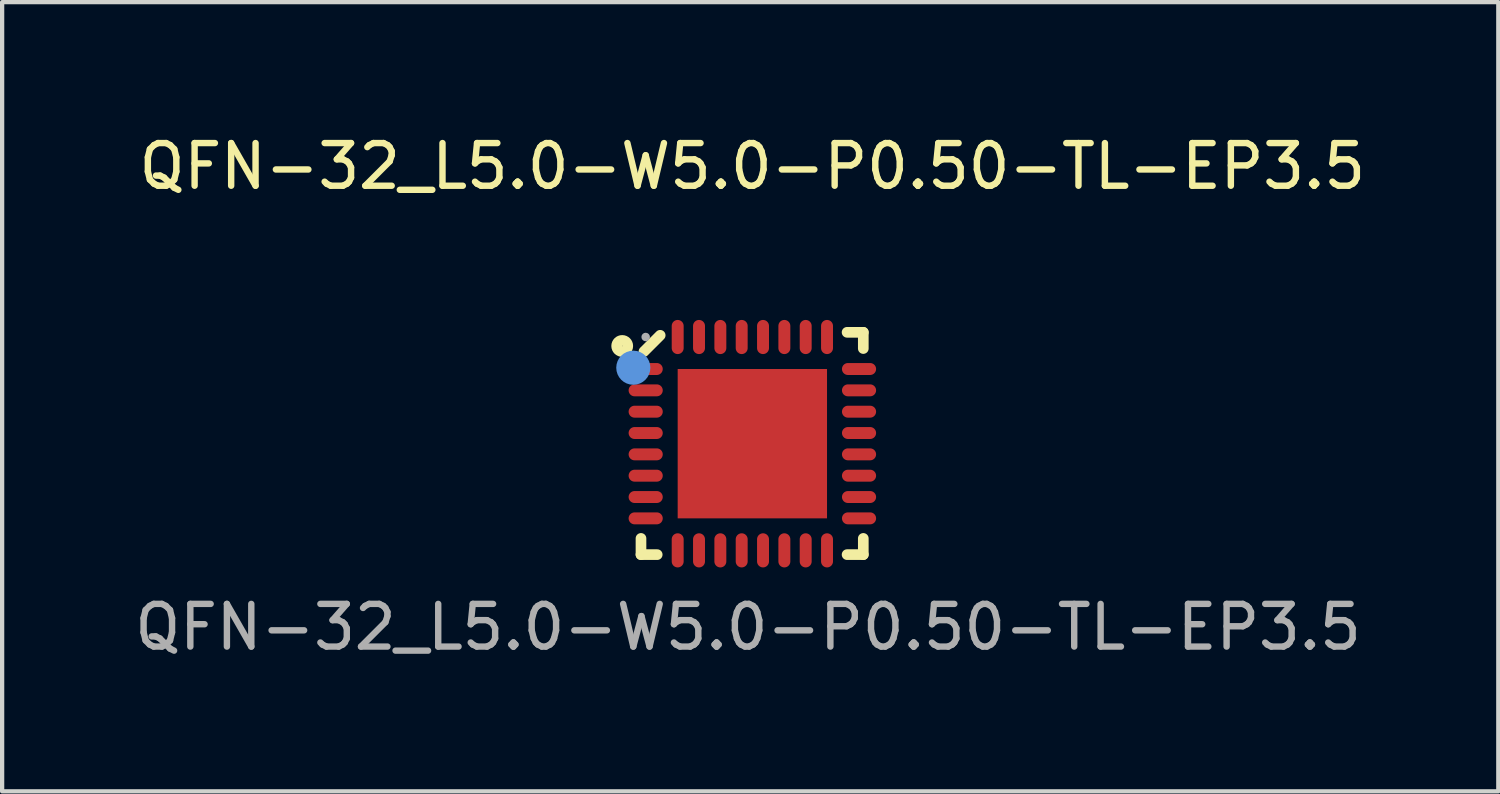
<source format=kicad_pcb>
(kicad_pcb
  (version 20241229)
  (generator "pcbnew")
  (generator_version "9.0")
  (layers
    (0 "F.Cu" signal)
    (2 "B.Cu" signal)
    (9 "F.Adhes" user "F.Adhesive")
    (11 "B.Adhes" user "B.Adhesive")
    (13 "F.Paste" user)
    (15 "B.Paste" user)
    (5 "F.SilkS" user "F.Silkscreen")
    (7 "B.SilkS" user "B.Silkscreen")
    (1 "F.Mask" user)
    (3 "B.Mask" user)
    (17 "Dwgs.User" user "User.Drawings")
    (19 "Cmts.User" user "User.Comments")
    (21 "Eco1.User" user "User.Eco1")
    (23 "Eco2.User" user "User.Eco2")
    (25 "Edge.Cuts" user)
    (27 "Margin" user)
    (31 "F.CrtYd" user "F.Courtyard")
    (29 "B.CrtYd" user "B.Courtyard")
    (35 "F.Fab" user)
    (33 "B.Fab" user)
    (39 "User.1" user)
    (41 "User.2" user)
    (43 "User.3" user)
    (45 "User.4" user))
  (footprint "QFN-32_L5.0-W5.0-P0.50-TL-EP3.5"
    (layer "F.Cu")
    (at 14.582 7.348)
    (property "Reference" "QFN-32_L5.0-W5.0-P0.50-TL-EP3.5" (at 0 -6.5 0) (layer "F.SilkS") (effects (font (size 1 1) (thickness 0.15))))
    (attr smd)
    (fp_line (start -2.61 2.22) (end -2.61 2.6) (stroke (width 0.25) (type solid)) (layer "F.SilkS"))
    (fp_line (start -2.61 2.6) (end -2.23 2.6) (stroke (width 0.25) (type solid)) (layer "F.SilkS"))
    (fp_line (start -2.16 -2.54) (end -2.54 -2.16) (stroke (width 0.25) (type solid)) (layer "F.SilkS"))
    (fp_line (start 2.22 2.6) (end 2.6 2.6) (stroke (width 0.25) (type solid)) (layer "F.SilkS"))
    (fp_line (start 2.6 -2.61) (end 2.22 -2.61) (stroke (width 0.25) (type solid)) (layer "F.SilkS"))
    (fp_line (start 2.6 -2.23) (end 2.6 -2.61) (stroke (width 0.25) (type solid)) (layer "F.SilkS"))
    (fp_line (start 2.6 2.6) (end 2.6 2.22) (stroke (width 0.25) (type solid)) (layer "F.SilkS"))
    (fp_circle (center -3.05 -2.29) (end -2.92 -2.29) (stroke (width 0.25) (type solid)) (fill no) (layer "F.SilkS"))
    (fp_circle (center -2.79 -1.78) (end -2.59 -1.78) (stroke (width 0.4) (type solid)) (fill no) (layer "Cmts.User"))
    (fp_circle (center -2.5 -2.5) (end -2.45 -2.5) (stroke (width 0.1) (type solid)) (fill no) (layer "F.Fab"))
    (fp_text user "${REFERENCE}" (at -0.1 4.3 0) (layer "F.Fab") (effects (font (size 1 1) (thickness 0.15))))
    (pad "1" smd oval (at -2.5 -1.75) (size 0.8 0.28) (layers "F.Cu" "F.Mask" "F.Paste"))
    (pad "2" smd oval (at -2.5 -1.25) (size 0.8 0.28) (layers "F.Cu" "F.Mask" "F.Paste"))
    (pad "3" smd oval (at -2.5 -0.75) (size 0.8 0.28) (layers "F.Cu" "F.Mask" "F.Paste"))
    (pad "4" smd oval (at -2.5 -0.25) (size 0.8 0.28) (layers "F.Cu" "F.Mask" "F.Paste"))
    (pad "5" smd oval (at -2.5 0.25) (size 0.8 0.28) (layers "F.Cu" "F.Mask" "F.Paste"))
    (pad "6" smd oval (at -2.5 0.75) (size 0.8 0.28) (layers "F.Cu" "F.Mask" "F.Paste"))
    (pad "7" smd oval (at -2.5 1.25) (size 0.8 0.28) (layers "F.Cu" "F.Mask" "F.Paste"))
    (pad "8" smd oval (at -2.5 1.75) (size 0.8 0.28) (layers "F.Cu" "F.Mask" "F.Paste"))
    (pad "9" smd oval (at -1.75 2.5) (size 0.28 0.8) (layers "F.Cu" "F.Mask" "F.Paste"))
    (pad "10" smd oval (at -1.25 2.5) (size 0.28 0.8) (layers "F.Cu" "F.Mask" "F.Paste"))
    (pad "11" smd oval (at -0.75 2.5) (size 0.28 0.8) (layers "F.Cu" "F.Mask" "F.Paste"))
    (pad "12" smd oval (at -0.25 2.5) (size 0.28 0.8) (layers "F.Cu" "F.Mask" "F.Paste"))
    (pad "13" smd oval (at 0.25 2.5) (size 0.28 0.8) (layers "F.Cu" "F.Mask" "F.Paste"))
    (pad "14" smd oval (at 0.75 2.5) (size 0.28 0.8) (layers "F.Cu" "F.Mask" "F.Paste"))
    (pad "15" smd oval (at 1.25 2.5) (size 0.28 0.8) (layers "F.Cu" "F.Mask" "F.Paste"))
    (pad "16" smd oval (at 1.75 2.5) (size 0.28 0.8) (layers "F.Cu" "F.Mask" "F.Paste"))
    (pad "17" smd oval (at 2.5 1.75) (size 0.8 0.28) (layers "F.Cu" "F.Mask" "F.Paste"))
    (pad "18" smd oval (at 2.5 1.25) (size 0.8 0.28) (layers "F.Cu" "F.Mask" "F.Paste"))
    (pad "19" smd oval (at 2.5 0.75) (size 0.8 0.28) (layers "F.Cu" "F.Mask" "F.Paste"))
    (pad "20" smd oval (at 2.5 0.25) (size 0.8 0.28) (layers "F.Cu" "F.Mask" "F.Paste"))
    (pad "21" smd oval (at 2.5 -0.25) (size 0.8 0.28) (layers "F.Cu" "F.Mask" "F.Paste"))
    (pad "22" smd oval (at 2.5 -0.75) (size 0.8 0.28) (layers "F.Cu" "F.Mask" "F.Paste"))
    (pad "23" smd oval (at 2.5 -1.25) (size 0.8 0.28) (layers "F.Cu" "F.Mask" "F.Paste"))
    (pad "24" smd oval (at 2.5 -1.75) (size 0.8 0.28) (layers "F.Cu" "F.Mask" "F.Paste"))
    (pad "25" smd oval (at 1.75 -2.5) (size 0.28 0.8) (layers "F.Cu" "F.Mask" "F.Paste"))
    (pad "26" smd oval (at 1.25 -2.5) (size 0.28 0.8) (layers "F.Cu" "F.Mask" "F.Paste"))
    (pad "27" smd oval (at 0.75 -2.5) (size 0.28 0.8) (layers "F.Cu" "F.Mask" "F.Paste"))
    (pad "28" smd oval (at 0.25 -2.5) (size 0.28 0.8) (layers "F.Cu" "F.Mask" "F.Paste"))
    (pad "29" smd oval (at -0.25 -2.5) (size 0.28 0.8) (layers "F.Cu" "F.Mask" "F.Paste"))
    (pad "30" smd oval (at -0.75 -2.5) (size 0.28 0.8) (layers "F.Cu" "F.Mask" "F.Paste"))
    (pad "31" smd oval (at -1.25 -2.5) (size 0.28 0.8) (layers "F.Cu" "F.Mask" "F.Paste"))
    (pad "32" smd oval (at -1.75 -2.5) (size 0.28 0.8) (layers "F.Cu" "F.Mask" "F.Paste"))
    (pad "33" smd rect (at 0 0) (size 3.5 3.5) (layers "F.Cu" "F.Mask" "F.Paste")))
  (gr_rect
    (start -3 -3)
    (end 32.064 15.496)
    (stroke (width 0.1) (type default))
    (fill no)
    (layer "Edge.Cuts")))
</source>
